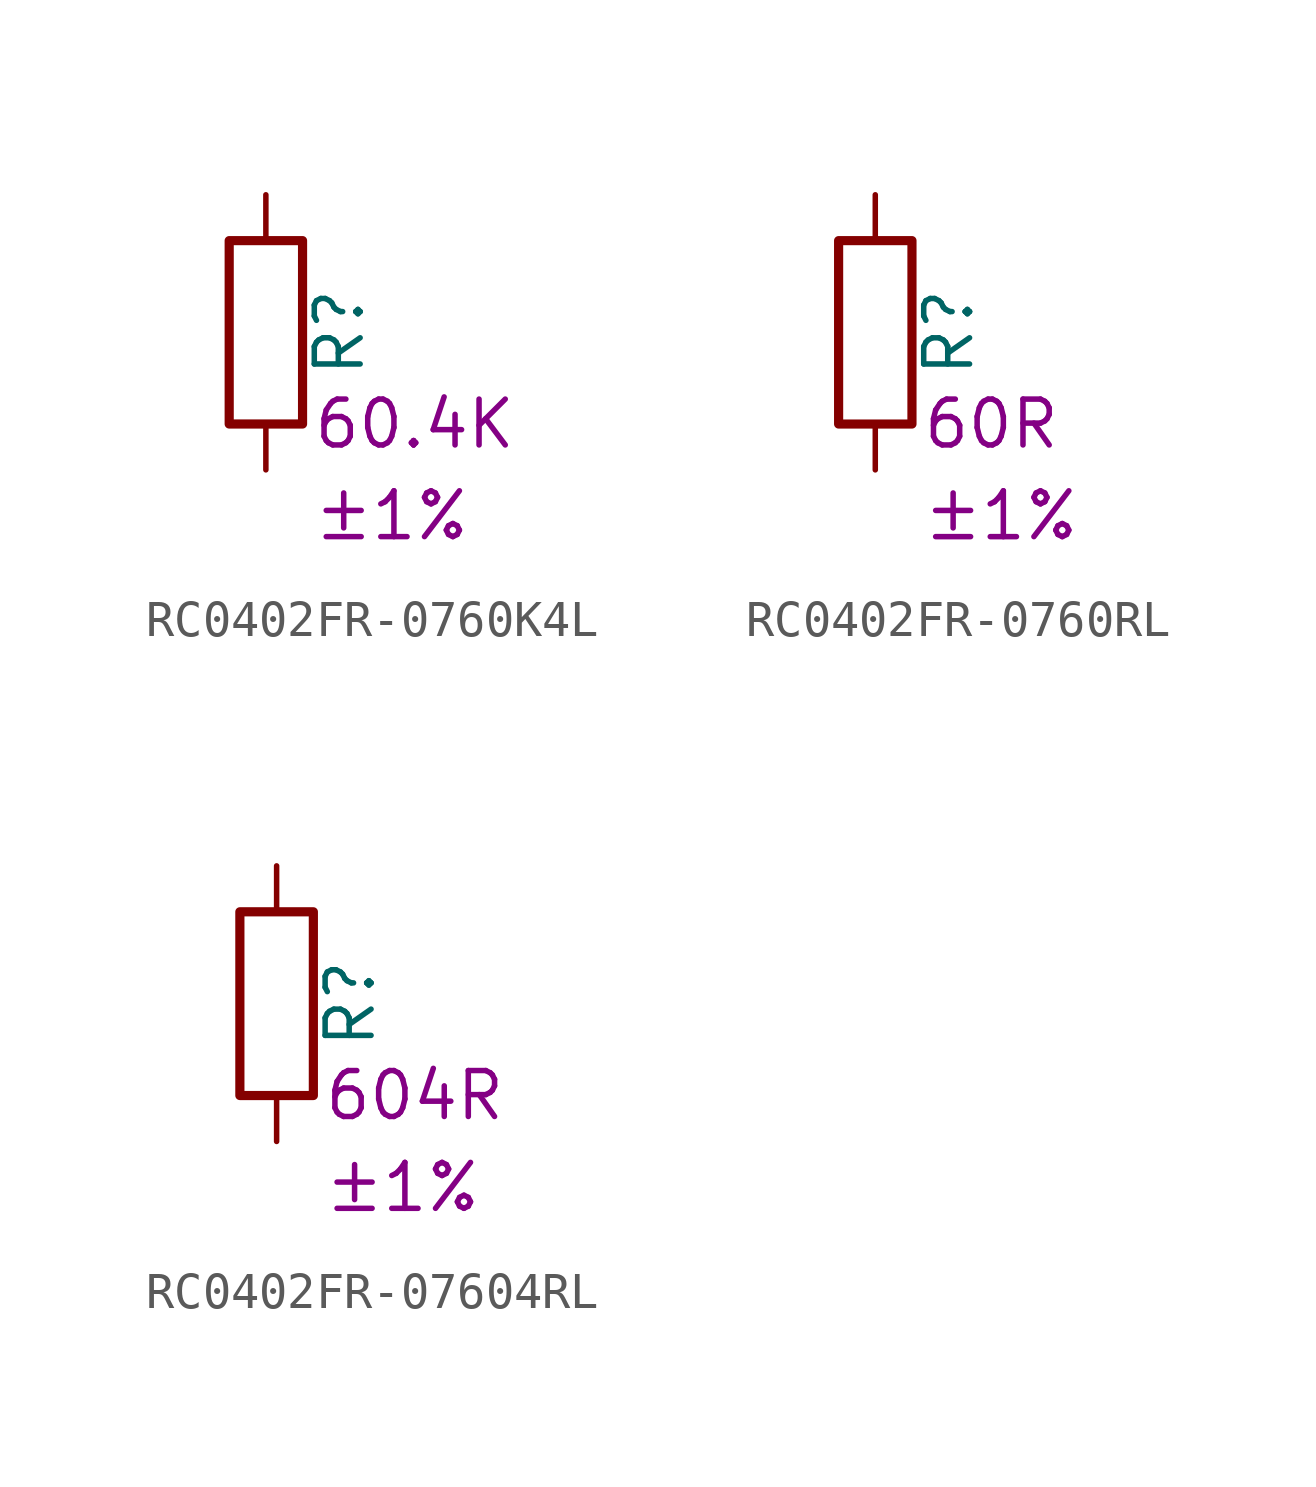
<source format=kicad_sym>
(kicad_symbol_lib
  (version 20220914)
  (generator kicad_symbol_editor)
  (symbol "RC0402FR-0760K4L"
    (pin_numbers hide)
    (pin_names
      (offset 0))
    (property "Reference" "R"
      (at 2.032 0 90)
      (effects (font (size 1.27 1.27))))
    (property "Resistance" "60.4K"
      (at 1.27 -2.54 0)
      (effects (font (size 1.27 1.27)) (justify left)))
    (property "Tolerance" "±1%"
      (at 1.27 -5.08 0)
      (effects (font (size 1.27 1.27)) (justify left)))
    (symbol "RC0402FR-0760K4L_0_1"
      (rectangle (start -1.016 -2.54) (end 1.016 2.54) (stroke (width 0.254) (type default)) (fill (type none))))
    (symbol "RC0402FR-0760K4L_1_1"
      (pin passive line (at 0 3.81 270) (length 1.27) (name "~" (effects (font (size 1.27 1.27)))) (number "1" (effects (font (size 1.27 1.27)))))
      (pin passive line (at 0 -3.81 90) (length 1.27) (name "~" (effects (font (size 1.27 1.27)))) (number "2" (effects (font (size 1.27 1.27)))))))
  (symbol "RC0402FR-0760RL"
    (pin_numbers hide)
    (pin_names
      (offset 0))
    (property "Reference" "R"
      (at 2.032 0 90)
      (effects (font (size 1.27 1.27))))
    (property "Resistance" "60R"
      (at 1.27 -2.54 0)
      (effects (font (size 1.27 1.27)) (justify left)))
    (property "Tolerance" "±1%"
      (at 1.27 -5.08 0)
      (effects (font (size 1.27 1.27)) (justify left)))
    (symbol "RC0402FR-0760RL_0_1"
      (rectangle (start -1.016 -2.54) (end 1.016 2.54) (stroke (width 0.254) (type default)) (fill (type none))))
    (symbol "RC0402FR-0760RL_1_1"
      (pin passive line (at 0 3.81 270) (length 1.27) (name "~" (effects (font (size 1.27 1.27)))) (number "1" (effects (font (size 1.27 1.27)))))
      (pin passive line (at 0 -3.81 90) (length 1.27) (name "~" (effects (font (size 1.27 1.27)))) (number "2" (effects (font (size 1.27 1.27)))))))
  (symbol "RC0402FR-07604RL"
    (pin_numbers hide)
    (pin_names
      (offset 0))
    (property "Reference" "R"
      (at 2.032 0 90)
      (effects (font (size 1.27 1.27))))
    (property "Resistance" "604R"
      (at 1.27 -2.54 0)
      (effects (font (size 1.27 1.27)) (justify left)))
    (property "Tolerance" "±1%"
      (at 1.27 -5.08 0)
      (effects (font (size 1.27 1.27)) (justify left)))
    (symbol "RC0402FR-07604RL_0_1"
      (rectangle (start -1.016 -2.54) (end 1.016 2.54) (stroke (width 0.254) (type default)) (fill (type none))))
    (symbol "RC0402FR-07604RL_1_1"
      (pin passive line (at 0 3.81 270) (length 1.27) (name "~" (effects (font (size 1.27 1.27)))) (number "1" (effects (font (size 1.27 1.27)))))
      (pin passive line (at 0 -3.81 90) (length 1.27) (name "~" (effects (font (size 1.27 1.27)))) (number "2" (effects (font (size 1.27 1.27))))))))
</source>
